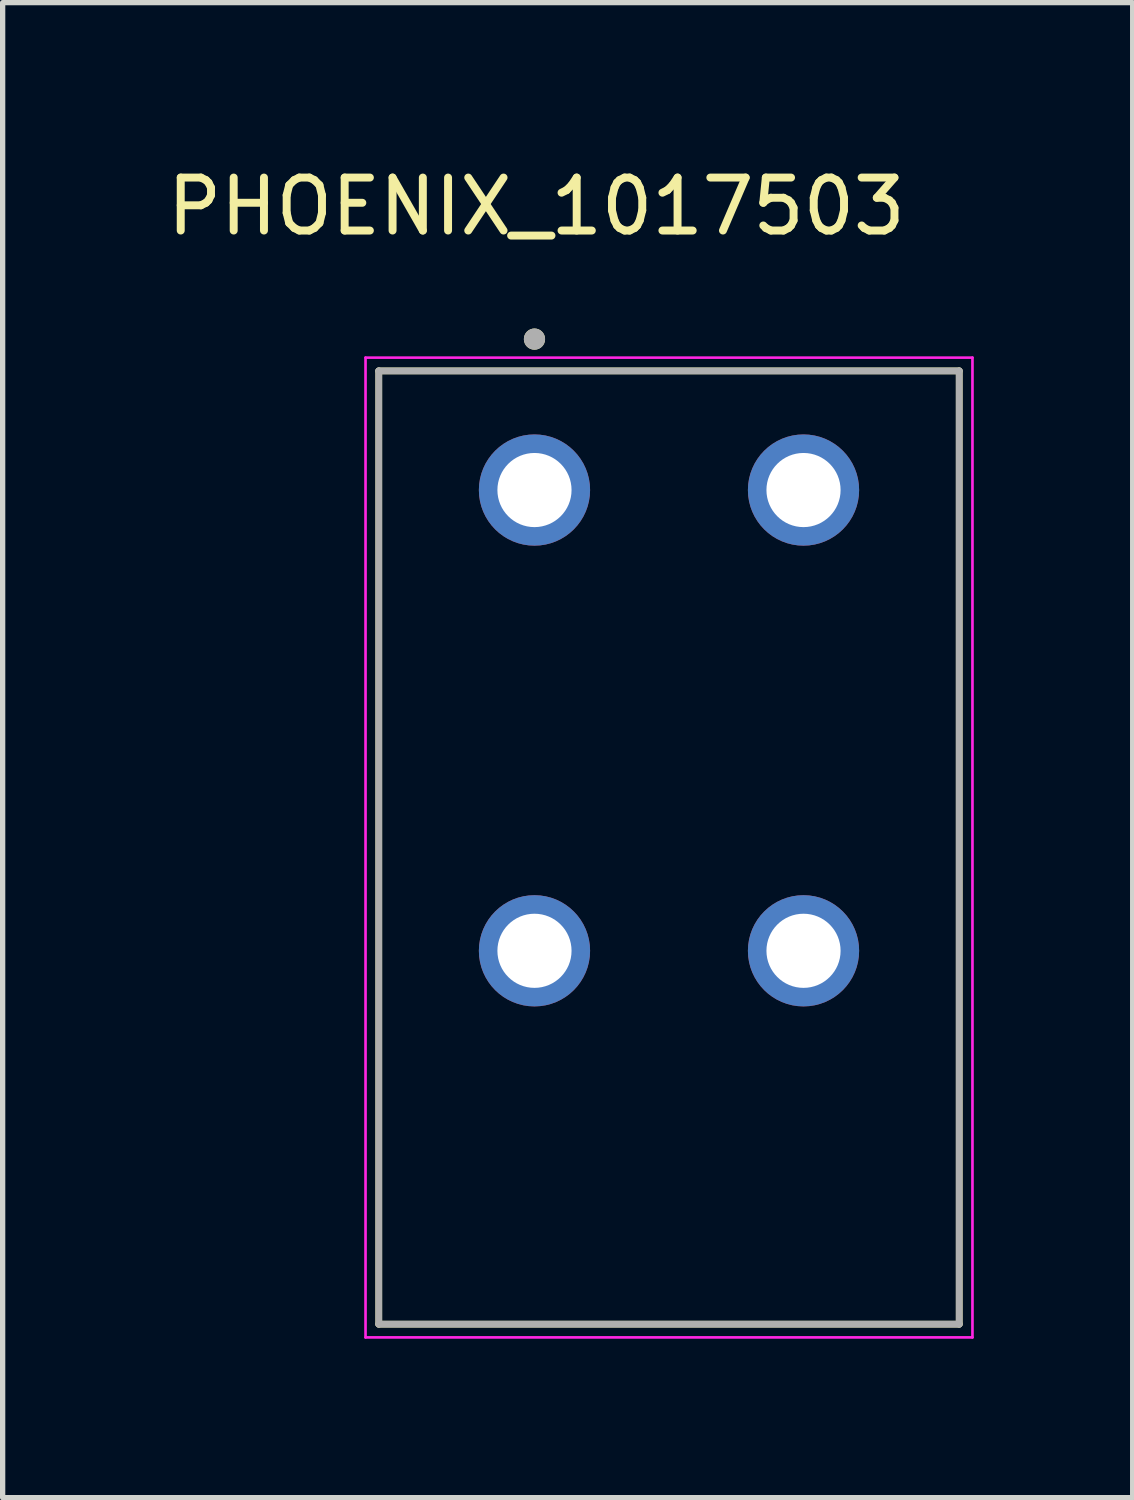
<source format=kicad_pcb>
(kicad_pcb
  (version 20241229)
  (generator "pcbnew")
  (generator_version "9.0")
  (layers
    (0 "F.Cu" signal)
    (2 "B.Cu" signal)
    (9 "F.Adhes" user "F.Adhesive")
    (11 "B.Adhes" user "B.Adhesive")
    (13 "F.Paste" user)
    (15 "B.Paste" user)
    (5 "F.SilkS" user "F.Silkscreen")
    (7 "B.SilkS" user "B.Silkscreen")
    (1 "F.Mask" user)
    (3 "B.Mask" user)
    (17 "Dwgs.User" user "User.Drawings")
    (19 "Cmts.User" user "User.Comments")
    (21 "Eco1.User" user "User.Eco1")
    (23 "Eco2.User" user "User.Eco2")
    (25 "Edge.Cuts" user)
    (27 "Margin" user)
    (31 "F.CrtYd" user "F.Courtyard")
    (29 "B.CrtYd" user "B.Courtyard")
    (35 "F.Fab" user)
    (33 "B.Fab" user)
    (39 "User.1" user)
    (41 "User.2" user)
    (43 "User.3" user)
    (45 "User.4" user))
  (footprint "PHOENIX_1017503"
    (layer "F.Cu")
    (at 4.102 21.953)
    (property "Reference" "PHOENIX_1017503" (at 2.975 -21.105 0) (layer "F.SilkS") (effects (font (size 1 1) (thickness 0.15))))
    (attr through_hole)
    (fp_line (start 0 -18) (end 10.96 -18) (stroke (width 0.127) (type solid)) (layer "F.SilkS"))
    (fp_line (start 0 0) (end 0 -18) (stroke (width 0.127) (type solid)) (layer "F.SilkS"))
    (fp_line (start 10.96 -18) (end 10.96 0) (stroke (width 0.127) (type solid)) (layer "F.SilkS"))
    (fp_line (start 10.96 0) (end 0 0) (stroke (width 0.127) (type solid)) (layer "F.SilkS"))
    (fp_circle (center 2.94 -18.6) (end 3.04 -18.6) (stroke (width 0.2) (type solid)) (fill no) (layer "F.SilkS"))
    (fp_line (start -0.25 -18.25) (end -0.25 0.25) (stroke (width 0.05) (type solid)) (layer "F.CrtYd"))
    (fp_line (start -0.25 0.25) (end 11.21 0.25) (stroke (width 0.05) (type solid)) (layer "F.CrtYd"))
    (fp_line (start 11.21 -18.25) (end -0.25 -18.25) (stroke (width 0.05) (type solid)) (layer "F.CrtYd"))
    (fp_line (start 11.21 0.25) (end 11.21 -18.25) (stroke (width 0.05) (type solid)) (layer "F.CrtYd"))
    (fp_line (start 0 -18) (end 10.96 -18) (stroke (width 0.127) (type solid)) (layer "F.Fab"))
    (fp_line (start 0 0) (end 0 -18) (stroke (width 0.127) (type solid)) (layer "F.Fab"))
    (fp_line (start 10.96 -18) (end 10.96 0) (stroke (width 0.127) (type solid)) (layer "F.Fab"))
    (fp_line (start 10.96 0) (end 0 0) (stroke (width 0.127) (type solid)) (layer "F.Fab"))
    (fp_circle (center 2.94 -18.6) (end 3.04 -18.6) (stroke (width 0.2) (type solid)) (fill no) (layer "F.Fab"))
    (pad "1_1" thru_hole circle (at 2.94 -15.75) (size 2.1 2.1) (drill 1.4) (layers "*.Cu" "*.Mask"))
    (pad "1_2" thru_hole circle (at 2.94 -7.05) (size 2.1 2.1) (drill 1.4) (layers "*.Cu" "*.Mask"))
    (pad "2_1" thru_hole circle (at 8.02 -15.75) (size 2.1 2.1) (drill 1.4) (layers "*.Cu" "*.Mask"))
    (pad "2_2" thru_hole circle (at 8.02 -7.05) (size 2.1 2.1) (drill 1.4) (layers "*.Cu" "*.Mask")))
  (gr_rect
    (start -3 -3)
    (end 18.337 25.228)
    (stroke (width 0.1) (type default))
    (fill no)
    (layer "Edge.Cuts")))
</source>
